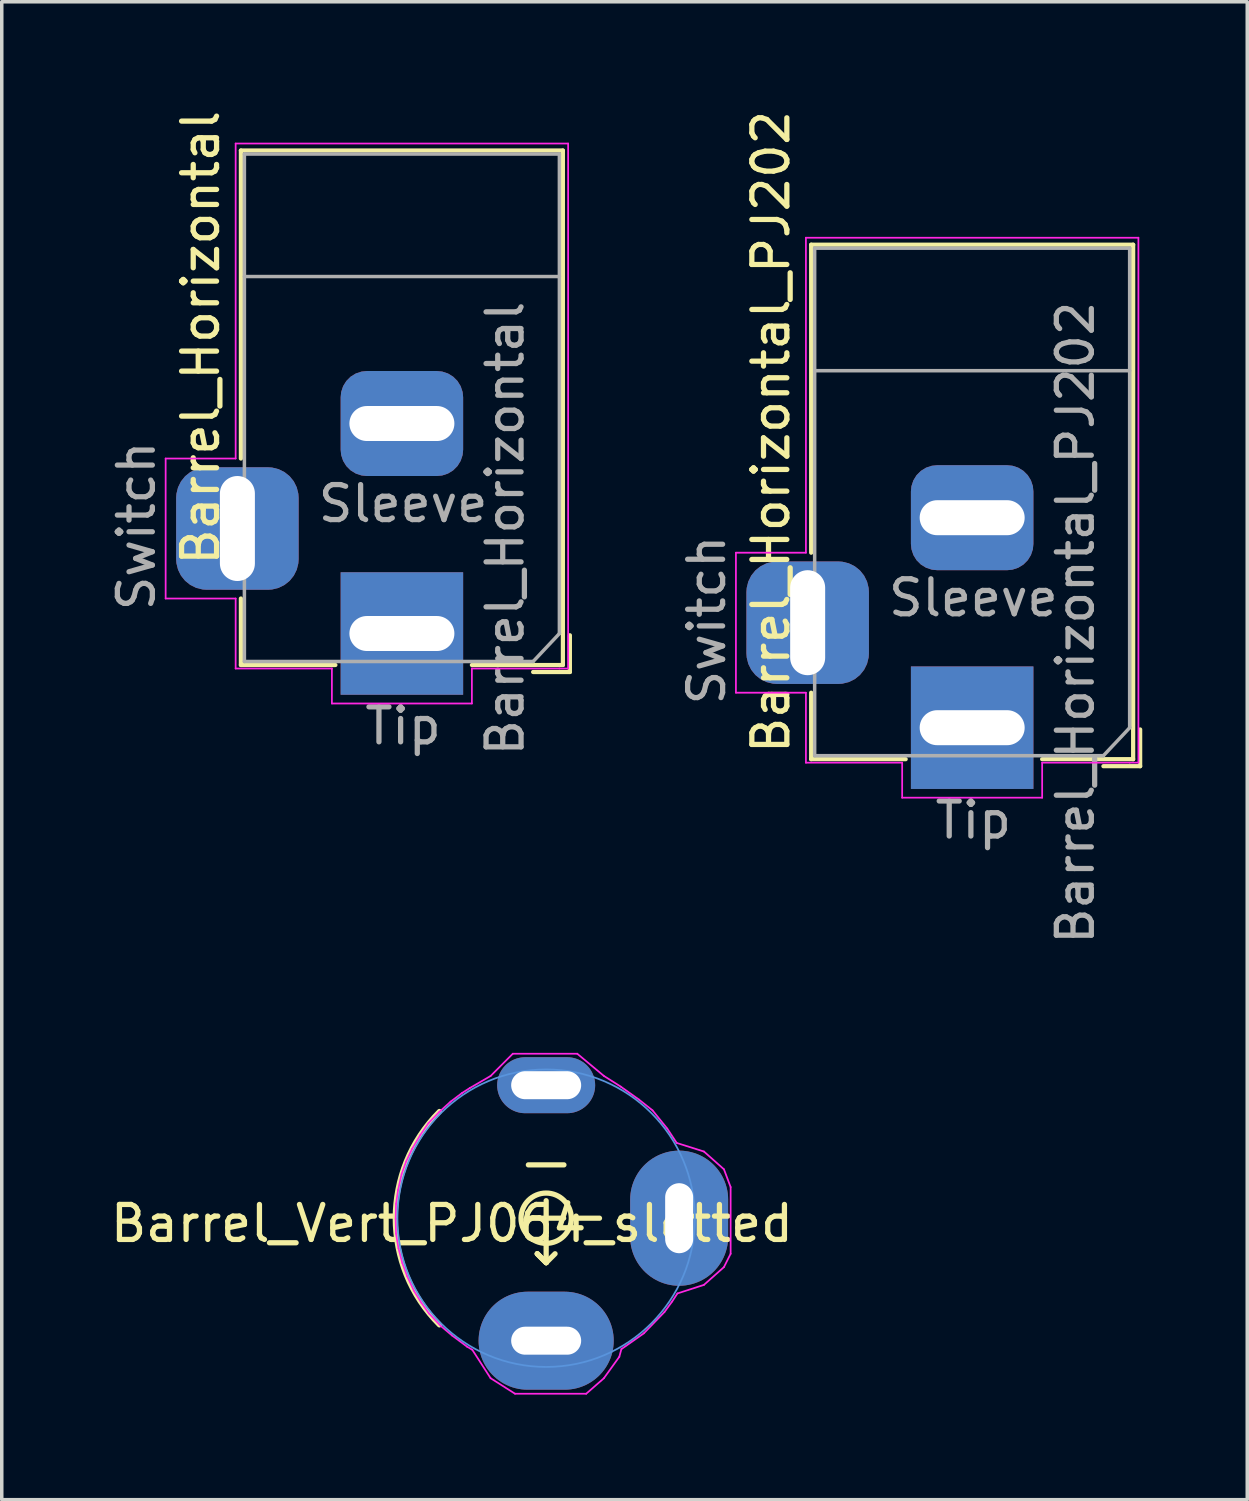
<source format=kicad_pcb>
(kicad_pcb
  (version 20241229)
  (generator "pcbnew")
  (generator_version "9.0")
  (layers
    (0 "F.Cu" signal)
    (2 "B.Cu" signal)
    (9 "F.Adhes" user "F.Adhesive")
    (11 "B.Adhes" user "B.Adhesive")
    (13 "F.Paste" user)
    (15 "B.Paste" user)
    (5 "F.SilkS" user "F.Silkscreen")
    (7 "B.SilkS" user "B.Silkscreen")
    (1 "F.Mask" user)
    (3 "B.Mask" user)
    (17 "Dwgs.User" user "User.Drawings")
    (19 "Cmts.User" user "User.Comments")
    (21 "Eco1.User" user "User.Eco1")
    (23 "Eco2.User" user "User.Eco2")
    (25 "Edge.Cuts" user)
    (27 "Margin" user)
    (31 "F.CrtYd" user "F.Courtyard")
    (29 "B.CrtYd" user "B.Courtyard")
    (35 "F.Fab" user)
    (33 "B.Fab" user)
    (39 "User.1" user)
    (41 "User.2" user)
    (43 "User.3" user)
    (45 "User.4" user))
  (footprint "Barrel_Horizontal"
    (layer "F.Cu")
    (at 8.468 11.976)
    (property "Reference" "Barrel_Horizontal" (at -5.785 -5.375 270) (layer "F.SilkS") (effects (font (size 1 1) (thickness 0.15))))
    (attr through_hole)
    (fp_line (start -4.635 -10.725) (end 4.565 -10.725) (stroke (width 0.12) (type solid)) (layer "F.SilkS"))
    (fp_line (start -4.635 -1.925) (end -4.635 -10.725) (stroke (width 0.12) (type solid)) (layer "F.SilkS"))
    (fp_line (start -4.635 3.975) (end -4.635 2.075) (stroke (width 0.12) (type solid)) (layer "F.SilkS"))
    (fp_line (start -1.935 3.975) (end -4.635 3.975) (stroke (width 0.12) (type solid)) (layer "F.SilkS"))
    (fp_line (start 3.715 4.175) (end 4.765 4.175) (stroke (width 0.12) (type solid)) (layer "F.SilkS"))
    (fp_line (start 4.565 -10.725) (end 4.565 3.975) (stroke (width 0.12) (type solid)) (layer "F.SilkS"))
    (fp_line (start 4.565 3.975) (end 1.965 3.975) (stroke (width 0.12) (type solid)) (layer "F.SilkS"))
    (fp_line (start 4.765 3.125) (end 4.765 4.175) (stroke (width 0.12) (type solid)) (layer "F.SilkS"))
    (fp_line (start -6.785 -1.925) (end -4.785 -1.925) (stroke (width 0.05) (type solid)) (layer "F.CrtYd"))
    (fp_line (start -6.785 2.075) (end -6.785 -1.925) (stroke (width 0.05) (type solid)) (layer "F.CrtYd"))
    (fp_line (start -4.785 -10.925) (end 4.715 -10.925) (stroke (width 0.05) (type solid)) (layer "F.CrtYd"))
    (fp_line (start -4.785 -1.925) (end -4.785 -10.925) (stroke (width 0.05) (type solid)) (layer "F.CrtYd"))
    (fp_line (start -4.785 2.075) (end -6.785 2.075) (stroke (width 0.05) (type solid)) (layer "F.CrtYd"))
    (fp_line (start -4.785 4.075) (end -4.785 2.075) (stroke (width 0.05) (type solid)) (layer "F.CrtYd"))
    (fp_line (start -2.035 4.075) (end -4.785 4.075) (stroke (width 0.05) (type solid)) (layer "F.CrtYd"))
    (fp_line (start -2.035 5.075) (end -2.035 4.075) (stroke (width 0.05) (type solid)) (layer "F.CrtYd"))
    (fp_line (start 1.965 4.075) (end 1.965 5.075) (stroke (width 0.05) (type solid)) (layer "F.CrtYd"))
    (fp_line (start 1.965 5.075) (end -2.035 5.075) (stroke (width 0.05) (type solid)) (layer "F.CrtYd"))
    (fp_line (start 4.465 4.075) (end 1.965 4.075) (stroke (width 0.05) (type solid)) (layer "F.CrtYd"))
    (fp_line (start 4.465 4.075) (end 4.715 4.075) (stroke (width 0.05) (type solid)) (layer "F.CrtYd"))
    (fp_line (start 4.715 4.075) (end 4.715 -10.925) (stroke (width 0.05) (type solid)) (layer "F.CrtYd"))
    (fp_line (start -4.535 -10.625) (end -4.535 3.875) (stroke (width 0.1) (type solid)) (layer "F.Fab"))
    (fp_line (start -4.535 3.875) (end 3.715 3.875) (stroke (width 0.1) (type solid)) (layer "F.Fab"))
    (fp_line (start 4.465 -10.625) (end -4.535 -10.625) (stroke (width 0.1) (type solid)) (layer "F.Fab"))
    (fp_line (start 4.465 -7.125) (end -4.535 -7.125) (stroke (width 0.1) (type solid)) (layer "F.Fab"))
    (fp_line (start 4.465 3.075) (end 4.465 -10.625) (stroke (width 0.1) (type solid)) (layer "F.Fab"))
    (fp_line (start 4.47 3.072) (end 3.715 3.875) (stroke (width 0.1) (type solid)) (layer "F.Fab"))
    (fp_text user "${REFERENCE}" (at 2.915 0.075 270) (layer "F.Fab") (effects (font (size 1 1) (thickness 0.15))))
    (fp_text user "Tip" (at 0 5.715 0) (unlocked yes) (layer "F.Fab") (effects (font (size 1 1) (thickness 0.15))))
    (fp_text user "Sleeve" (at 0 -0.635 0) (unlocked yes) (layer "F.Fab") (effects (font (size 1 1) (thickness 0.15))))
    (fp_text user "Switch" (at -7.62 0 90) (unlocked yes) (layer "F.Fab") (effects (font (size 1 1) (thickness 0.15))))
    (pad "1" thru_hole rect (at -0.035 3.075 270) (size 3.5 3.5) (drill oval 1 3) (layers "*.Cu" "*.Mask"))
    (pad "2" thru_hole roundrect (at -0.035 -2.925 270) (size 3 3.5) (drill oval 1 3) (layers "*.Cu" "*.Mask") (roundrect_rratio 0.25))
    (pad "3" thru_hole roundrect (at -4.735 0.075 270) (size 3.5 3.5) (drill oval 3 1) (layers "*.Cu" "*.Mask") (roundrect_rratio 0.25)))
  (footprint "Barrel_Vert_PJ064_slotted"
    (layer "F.Cu")
    (at 12.555 31.757)
    (property "Reference" "Barrel_Vert_PJ064_slotted" (at -2.692 0.152 0) (layer "F.SilkS") (effects (font (size 1 1) (thickness 0.15))))
    (attr through_hole)
    (fp_line (start -0.508 -1.524) (end 0.508 -1.524) (stroke (width 0.15) (type solid)) (layer "F.SilkS"))
    (fp_line (start -0.254 1.016) (end 0 1.27) (stroke (width 0.15) (type solid)) (layer "F.SilkS"))
    (fp_line (start 0 0.5) (end 0 -0.5) (stroke (width 0.15) (type solid)) (layer "F.SilkS"))
    (fp_line (start 0 0.508) (end 0 1.27) (stroke (width 0.15) (type solid)) (layer "F.SilkS"))
    (fp_line (start 0 1.27) (end -0.254 1.016) (stroke (width 0.15) (type solid)) (layer "F.SilkS"))
    (fp_line (start 0 1.27) (end -0.254 1.016) (stroke (width 0.15) (type solid)) (layer "F.SilkS"))
    (fp_line (start 0 1.27) (end 0.254 1.016) (stroke (width 0.15) (type solid)) (layer "F.SilkS"))
    (fp_line (start 0.5 0) (end -0.5 0) (stroke (width 0.15) (type solid)) (layer "F.SilkS"))
    (fp_line (start 0.762 0) (end 1.524 0) (stroke (width 0.15) (type solid)) (layer "F.SilkS"))
    (fp_arc (start -3.048 3.048) (mid -4.310523 0) (end -3.048 -3.048) (stroke (width 0.15) (type solid)) (layer "F.SilkS"))
    (fp_circle (center 0 0) (end -0.508 -0.508) (stroke (width 0.15) (type solid)) (fill no) (layer "F.SilkS"))
    (fp_circle (center 0 0) (end -4.25 0) (stroke (width 0.05) (type solid)) (fill no) (layer "Cmts.User"))
    (fp_line (start -4.3 0.02) (end -4.29 0.44) (stroke (width 0.05) (type solid)) (layer "F.CrtYd"))
    (fp_line (start -4.29 -0.41) (end -4.3 0.02) (stroke (width 0.05) (type solid)) (layer "F.CrtYd"))
    (fp_line (start -4.29 0.44) (end -4.22 0.86) (stroke (width 0.05) (type solid)) (layer "F.CrtYd"))
    (fp_line (start -4.23 -0.81) (end -4.29 -0.41) (stroke (width 0.05) (type solid)) (layer "F.CrtYd"))
    (fp_line (start -4.22 0.86) (end -4.11 1.28) (stroke (width 0.05) (type solid)) (layer "F.CrtYd"))
    (fp_line (start -4.13 -1.26) (end -4.23 -0.81) (stroke (width 0.05) (type solid)) (layer "F.CrtYd"))
    (fp_line (start -4.11 1.28) (end -3.97 1.66) (stroke (width 0.05) (type solid)) (layer "F.CrtYd"))
    (fp_line (start -4 -1.62) (end -4.13 -1.26) (stroke (width 0.05) (type solid)) (layer "F.CrtYd"))
    (fp_line (start -3.97 1.66) (end -3.78 2.07) (stroke (width 0.05) (type solid)) (layer "F.CrtYd"))
    (fp_line (start -3.83 -1.98) (end -4 -1.62) (stroke (width 0.05) (type solid)) (layer "F.CrtYd"))
    (fp_line (start -3.78 2.07) (end -3.57 2.41) (stroke (width 0.05) (type solid)) (layer "F.CrtYd"))
    (fp_line (start -3.6 -2.37) (end -3.83 -1.98) (stroke (width 0.05) (type solid)) (layer "F.CrtYd"))
    (fp_line (start -3.57 2.41) (end -3.35 2.72) (stroke (width 0.05) (type solid)) (layer "F.CrtYd"))
    (fp_line (start -3.36 -2.72) (end -3.6 -2.37) (stroke (width 0.05) (type solid)) (layer "F.CrtYd"))
    (fp_line (start -3.35 2.72) (end -3.01 3.08) (stroke (width 0.05) (type solid)) (layer "F.CrtYd"))
    (fp_line (start -3.05 -3.04) (end -3.36 -2.72) (stroke (width 0.05) (type solid)) (layer "F.CrtYd"))
    (fp_line (start -3.01 3.08) (end -2.69 3.35) (stroke (width 0.05) (type solid)) (layer "F.CrtYd"))
    (fp_line (start -2.73 -3.33) (end -3.05 -3.04) (stroke (width 0.05) (type solid)) (layer "F.CrtYd"))
    (fp_line (start -2.69 3.35) (end -2.26 3.67) (stroke (width 0.05) (type solid)) (layer "F.CrtYd"))
    (fp_line (start -2.4 -3.58) (end -2.73 -3.33) (stroke (width 0.05) (type solid)) (layer "F.CrtYd"))
    (fp_line (start -2.26 3.67) (end -2.11 3.76) (stroke (width 0.05) (type solid)) (layer "F.CrtYd"))
    (fp_line (start -2.18 -3.72) (end -2.4 -3.58) (stroke (width 0.05) (type solid)) (layer "F.CrtYd"))
    (fp_line (start -2.11 3.76) (end -1.587 4.572) (stroke (width 0.05) (type solid)) (layer "F.CrtYd"))
    (fp_line (start -1.587 -4.064) (end -2.18 -3.72) (stroke (width 0.05) (type solid)) (layer "F.CrtYd"))
    (fp_line (start -1.587 4.572) (end -0.889 5.016) (stroke (width 0.05) (type solid)) (layer "F.CrtYd"))
    (fp_line (start -0.953 -4.699) (end -1.587 -4.064) (stroke (width 0.05) (type solid)) (layer "F.CrtYd"))
    (fp_line (start -0.889 5.016) (end 1.143 5.016) (stroke (width 0.05) (type solid)) (layer "F.CrtYd"))
    (fp_line (start 0.889 -4.699) (end -0.953 -4.699) (stroke (width 0.05) (type solid)) (layer "F.CrtYd"))
    (fp_line (start 1.143 5.016) (end 1.651 4.572) (stroke (width 0.05) (type solid)) (layer "F.CrtYd"))
    (fp_line (start 1.651 -4.064) (end 0.889 -4.699) (stroke (width 0.05) (type solid)) (layer "F.CrtYd"))
    (fp_line (start 1.651 4.57) (end 2.09 3.96) (stroke (width 0.05) (type solid)) (layer "F.CrtYd"))
    (fp_line (start 2.09 3.96) (end 2.15 3.74) (stroke (width 0.05) (type solid)) (layer "F.CrtYd"))
    (fp_line (start 2.13 -3.76) (end 1.651 -4.064) (stroke (width 0.05) (type solid)) (layer "F.CrtYd"))
    (fp_line (start 2.15 3.74) (end 2.79 3.29) (stroke (width 0.05) (type solid)) (layer "F.CrtYd"))
    (fp_line (start 2.65 -3.39) (end 2.13 -3.76) (stroke (width 0.05) (type solid)) (layer "F.CrtYd"))
    (fp_line (start 2.79 3.29) (end 3.38 2.68) (stroke (width 0.05) (type solid)) (layer "F.CrtYd"))
    (fp_line (start 3.04 -3.08) (end 2.65 -3.39) (stroke (width 0.05) (type solid)) (layer "F.CrtYd"))
    (fp_line (start 3.38 2.68) (end 3.6 2.38) (stroke (width 0.05) (type solid)) (layer "F.CrtYd"))
    (fp_line (start 3.46 -2.56) (end 3.04 -3.08) (stroke (width 0.05) (type solid)) (layer "F.CrtYd"))
    (fp_line (start 3.6 2.38) (end 3.75 2.15) (stroke (width 0.05) (type solid)) (layer "F.CrtYd"))
    (fp_line (start 3.73 -2.15) (end 3.46 -2.56) (stroke (width 0.05) (type solid)) (layer "F.CrtYd"))
    (fp_line (start 3.75 2.15) (end 4.508 1.905) (stroke (width 0.05) (type solid)) (layer "F.CrtYd"))
    (fp_line (start 4.508 -1.905) (end 3.73 -2.15) (stroke (width 0.05) (type solid)) (layer "F.CrtYd"))
    (fp_line (start 4.508 1.905) (end 5.08 1.397) (stroke (width 0.05) (type solid)) (layer "F.CrtYd"))
    (fp_line (start 5.08 -1.397) (end 4.508 -1.905) (stroke (width 0.05) (type solid)) (layer "F.CrtYd"))
    (fp_line (start 5.08 1.397) (end 5.271 1.016) (stroke (width 0.05) (type solid)) (layer "F.CrtYd"))
    (fp_line (start 5.271 -0.889) (end 5.08 -1.397) (stroke (width 0.05) (type solid)) (layer "F.CrtYd"))
    (fp_line (start 5.271 1.016) (end 5.271 -0.889) (stroke (width 0.05) (type solid)) (layer "F.CrtYd"))
    (pad "1" thru_hole oval (at 0 3.5) (size 3.861 2.8) (drill oval 2 0.8) (layers "*.Cu" "*.Mask"))
    (pad "2" thru_hole oval (at 3.8 0) (size 2.8 3.861) (drill oval 0.8 2) (layers "*.Cu" "*.Mask"))
    (pad "3" thru_hole oval (at 0 -3.8) (size 2.8 1.6) (drill oval 2 0.8) (layers "*.Cu" "*.Mask")))
  (footprint "Barrel_Horizontal_PJ202"
    (layer "F.Cu")
    (at 24.762 14.667)
    (property "Reference" "Barrel_Horizontal_PJ202" (at -5.785 -5.375 270) (layer "F.SilkS") (effects (font (size 1 1) (thickness 0.15))))
    (attr through_hole)
    (fp_line (start -4.635 -10.725) (end 4.565 -10.725) (stroke (width 0.12) (type solid)) (layer "F.SilkS"))
    (fp_line (start -4.635 -1.925) (end -4.635 -10.725) (stroke (width 0.12) (type solid)) (layer "F.SilkS"))
    (fp_line (start -4.635 3.975) (end -4.635 2.075) (stroke (width 0.12) (type solid)) (layer "F.SilkS"))
    (fp_line (start -1.935 3.975) (end -4.635 3.975) (stroke (width 0.12) (type solid)) (layer "F.SilkS"))
    (fp_line (start 3.715 4.175) (end 4.765 4.175) (stroke (width 0.12) (type solid)) (layer "F.SilkS"))
    (fp_line (start 4.565 -10.725) (end 4.565 3.975) (stroke (width 0.12) (type solid)) (layer "F.SilkS"))
    (fp_line (start 4.565 3.975) (end 1.965 3.975) (stroke (width 0.12) (type solid)) (layer "F.SilkS"))
    (fp_line (start 4.765 3.125) (end 4.765 4.175) (stroke (width 0.12) (type solid)) (layer "F.SilkS"))
    (fp_line (start -6.785 -1.925) (end -4.785 -1.925) (stroke (width 0.05) (type solid)) (layer "F.CrtYd"))
    (fp_line (start -6.785 2.075) (end -6.785 -1.925) (stroke (width 0.05) (type solid)) (layer "F.CrtYd"))
    (fp_line (start -4.785 -10.925) (end 4.715 -10.925) (stroke (width 0.05) (type solid)) (layer "F.CrtYd"))
    (fp_line (start -4.785 -1.925) (end -4.785 -10.925) (stroke (width 0.05) (type solid)) (layer "F.CrtYd"))
    (fp_line (start -4.785 2.075) (end -6.785 2.075) (stroke (width 0.05) (type solid)) (layer "F.CrtYd"))
    (fp_line (start -4.785 4.075) (end -4.785 2.075) (stroke (width 0.05) (type solid)) (layer "F.CrtYd"))
    (fp_line (start -2.035 4.075) (end -4.785 4.075) (stroke (width 0.05) (type solid)) (layer "F.CrtYd"))
    (fp_line (start -2.035 5.075) (end -2.035 4.075) (stroke (width 0.05) (type solid)) (layer "F.CrtYd"))
    (fp_line (start 1.965 4.075) (end 1.965 5.075) (stroke (width 0.05) (type solid)) (layer "F.CrtYd"))
    (fp_line (start 1.965 5.075) (end -2.035 5.075) (stroke (width 0.05) (type solid)) (layer "F.CrtYd"))
    (fp_line (start 4.465 4.075) (end 1.965 4.075) (stroke (width 0.05) (type solid)) (layer "F.CrtYd"))
    (fp_line (start 4.465 4.075) (end 4.715 4.075) (stroke (width 0.05) (type solid)) (layer "F.CrtYd"))
    (fp_line (start 4.715 4.075) (end 4.715 -10.925) (stroke (width 0.05) (type solid)) (layer "F.CrtYd"))
    (fp_line (start -4.535 -10.625) (end -4.535 3.875) (stroke (width 0.1) (type solid)) (layer "F.Fab"))
    (fp_line (start -4.535 3.875) (end 3.715 3.875) (stroke (width 0.1) (type solid)) (layer "F.Fab"))
    (fp_line (start 4.465 -10.625) (end -4.535 -10.625) (stroke (width 0.1) (type solid)) (layer "F.Fab"))
    (fp_line (start 4.465 -7.125) (end -4.535 -7.125) (stroke (width 0.1) (type solid)) (layer "F.Fab"))
    (fp_line (start 4.465 3.075) (end 4.465 -10.625) (stroke (width 0.1) (type solid)) (layer "F.Fab"))
    (fp_line (start 4.47 3.072) (end 3.715 3.875) (stroke (width 0.1) (type solid)) (layer "F.Fab"))
    (fp_text user "Sleeve" (at 0 -0.635 0) (unlocked yes) (layer "F.Fab") (effects (font (size 1 1) (thickness 0.15))))
    (fp_text user "${REFERENCE}" (at 2.915 0.075 270) (layer "F.Fab") (effects (font (size 1 1) (thickness 0.15))))
    (fp_text user "Tip" (at 0 5.715 0) (unlocked yes) (layer "F.Fab") (effects (font (size 1 1) (thickness 0.15))))
    (fp_text user "Switch" (at -7.62 0 90) (unlocked yes) (layer "F.Fab") (effects (font (size 1 1) (thickness 0.15))))
    (pad "1" thru_hole rect (at -0.035 3.075 270) (size 3.5 3.5) (drill oval 1 3) (layers "*.Cu" "*.Mask"))
    (pad "2" thru_hole roundrect (at -0.035 -2.925 270) (size 3 3.5) (drill oval 1 3) (layers "*.Cu" "*.Mask") (roundrect_rratio 0.25))
    (pad "3" thru_hole roundrect (at -4.735 0.075 270) (size 3.5 3.5) (drill oval 3 1) (layers "*.Cu" "*.Mask") (roundrect_rratio 0.25)))
  (gr_rect
    (start -3 -3)
    (end 32.587 39.799)
    (stroke (width 0.1) (type default))
    (fill no)
    (layer "Edge.Cuts")))
</source>
